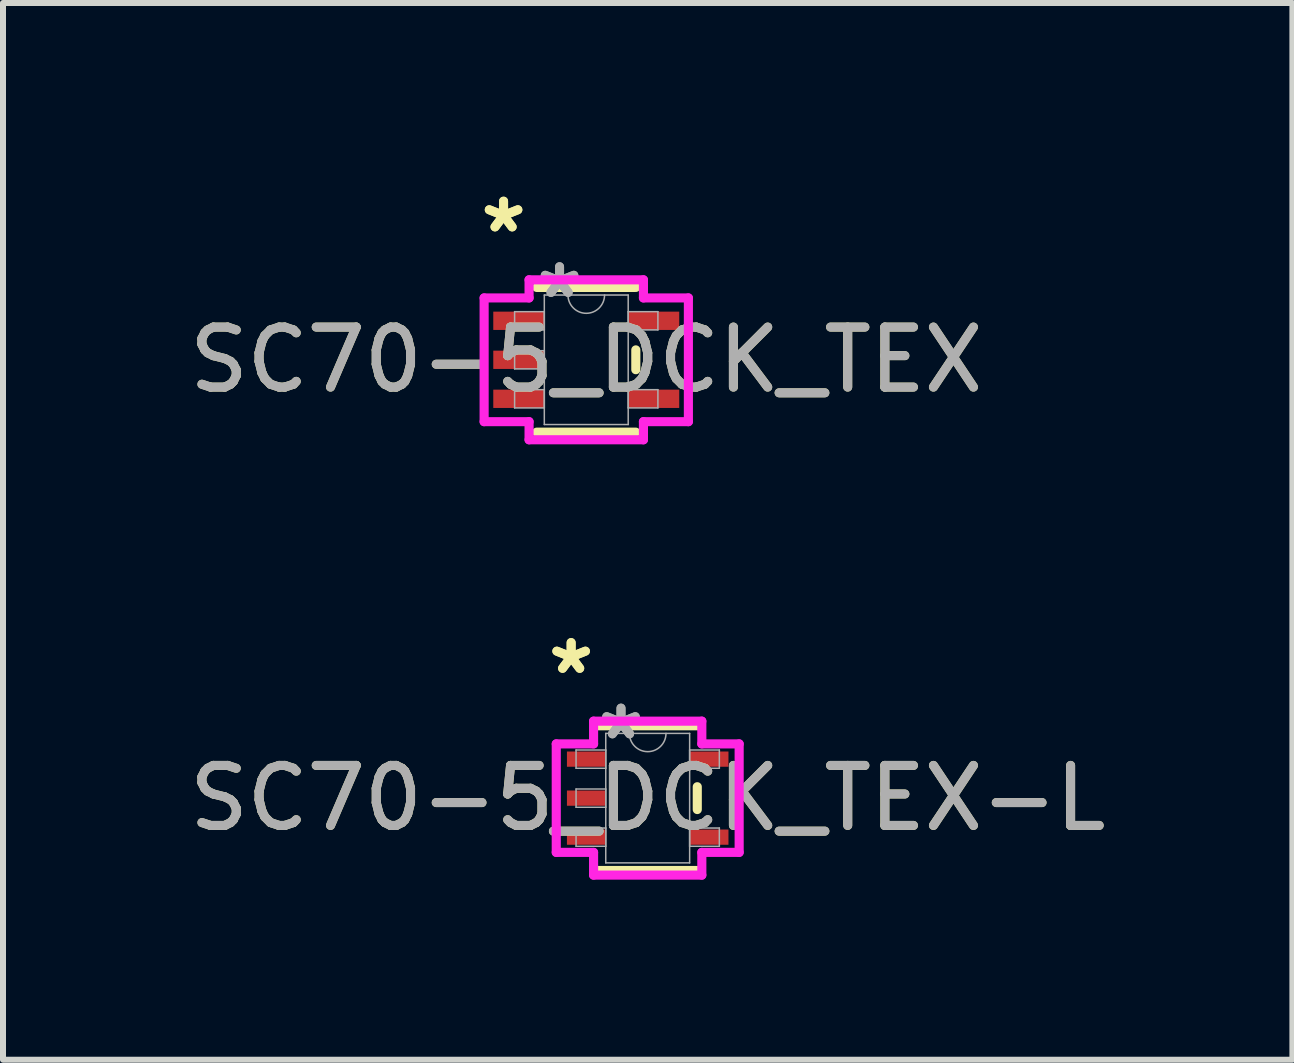
<source format=kicad_pcb>
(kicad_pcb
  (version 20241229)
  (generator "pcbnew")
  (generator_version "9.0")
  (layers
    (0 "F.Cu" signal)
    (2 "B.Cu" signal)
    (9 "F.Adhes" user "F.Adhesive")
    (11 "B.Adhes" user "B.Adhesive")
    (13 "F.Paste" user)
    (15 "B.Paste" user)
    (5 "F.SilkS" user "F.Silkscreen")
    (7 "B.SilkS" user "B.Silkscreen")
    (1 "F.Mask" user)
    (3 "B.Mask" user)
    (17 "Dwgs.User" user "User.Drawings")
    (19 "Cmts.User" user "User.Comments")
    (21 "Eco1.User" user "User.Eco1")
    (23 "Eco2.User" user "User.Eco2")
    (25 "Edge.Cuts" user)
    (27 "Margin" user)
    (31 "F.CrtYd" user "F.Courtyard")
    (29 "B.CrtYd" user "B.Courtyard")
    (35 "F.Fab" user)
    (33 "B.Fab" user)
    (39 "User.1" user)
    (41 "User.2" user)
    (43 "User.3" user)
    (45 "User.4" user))
  (footprint "SC70-5_DCK_TEX"
    (layer "F.Cu")
    (at 6.72 2.946)
    (property "Reference" "SC70-5_DCK_TEX" (at 0 0 0) (unlocked yes) (layer "F.SilkS") (effects (font (size 1 1) (thickness 0.15))))
    (attr smd)
    (fp_line (start -0.826 1.206) (end 0.826 1.206) (stroke (width 0.152) (type solid)) (layer "F.SilkS"))
    (fp_line (start 0.826 -1.206) (end -0.826 -1.206) (stroke (width 0.152) (type solid)) (layer "F.SilkS"))
    (fp_line (start 0.826 0.165) (end 0.826 -0.165) (stroke (width 0.152) (type solid)) (layer "F.SilkS"))
    (fp_line (start -1.702 -1.031) (end -0.953 -1.031) (stroke (width 0.152) (type solid)) (layer "F.CrtYd"))
    (fp_line (start -1.702 1.031) (end -1.702 -1.031) (stroke (width 0.152) (type solid)) (layer "F.CrtYd"))
    (fp_line (start -0.953 -1.333) (end 0.953 -1.333) (stroke (width 0.152) (type solid)) (layer "F.CrtYd"))
    (fp_line (start -0.953 -1.031) (end -0.953 -1.333) (stroke (width 0.152) (type solid)) (layer "F.CrtYd"))
    (fp_line (start -0.953 1.031) (end -1.702 1.031) (stroke (width 0.152) (type solid)) (layer "F.CrtYd"))
    (fp_line (start -0.953 1.333) (end -0.953 1.031) (stroke (width 0.152) (type solid)) (layer "F.CrtYd"))
    (fp_line (start 0.953 -1.333) (end 0.953 -1.031) (stroke (width 0.152) (type solid)) (layer "F.CrtYd"))
    (fp_line (start 0.953 -1.031) (end 1.702 -1.031) (stroke (width 0.152) (type solid)) (layer "F.CrtYd"))
    (fp_line (start 0.953 1.031) (end 0.953 1.333) (stroke (width 0.152) (type solid)) (layer "F.CrtYd"))
    (fp_line (start 0.953 1.333) (end -0.953 1.333) (stroke (width 0.152) (type solid)) (layer "F.CrtYd"))
    (fp_line (start 1.702 -1.031) (end 1.702 1.031) (stroke (width 0.152) (type solid)) (layer "F.CrtYd"))
    (fp_line (start 1.702 1.031) (end 0.953 1.031) (stroke (width 0.152) (type solid)) (layer "F.CrtYd"))
    (fp_line (start -1.194 -0.802) (end -1.194 -0.498) (stroke (width 0.025) (type solid)) (layer "F.Fab"))
    (fp_line (start -1.194 -0.498) (end -0.699 -0.498) (stroke (width 0.025) (type solid)) (layer "F.Fab"))
    (fp_line (start -1.194 -0.152) (end -1.194 0.152) (stroke (width 0.025) (type solid)) (layer "F.Fab"))
    (fp_line (start -1.194 0.152) (end -0.699 0.152) (stroke (width 0.025) (type solid)) (layer "F.Fab"))
    (fp_line (start -1.194 0.498) (end -1.194 0.802) (stroke (width 0.025) (type solid)) (layer "F.Fab"))
    (fp_line (start -1.194 0.802) (end -0.699 0.802) (stroke (width 0.025) (type solid)) (layer "F.Fab"))
    (fp_line (start -0.699 -1.079) (end -0.699 1.079) (stroke (width 0.025) (type solid)) (layer "F.Fab"))
    (fp_line (start -0.699 -0.802) (end -1.194 -0.802) (stroke (width 0.025) (type solid)) (layer "F.Fab"))
    (fp_line (start -0.699 -0.498) (end -0.699 -0.802) (stroke (width 0.025) (type solid)) (layer "F.Fab"))
    (fp_line (start -0.699 -0.152) (end -1.194 -0.152) (stroke (width 0.025) (type solid)) (layer "F.Fab"))
    (fp_line (start -0.699 0.152) (end -0.699 -0.152) (stroke (width 0.025) (type solid)) (layer "F.Fab"))
    (fp_line (start -0.699 0.498) (end -1.194 0.498) (stroke (width 0.025) (type solid)) (layer "F.Fab"))
    (fp_line (start -0.699 0.802) (end -0.699 0.498) (stroke (width 0.025) (type solid)) (layer "F.Fab"))
    (fp_line (start -0.699 1.079) (end 0.699 1.079) (stroke (width 0.025) (type solid)) (layer "F.Fab"))
    (fp_line (start 0.699 -1.079) (end -0.699 -1.079) (stroke (width 0.025) (type solid)) (layer "F.Fab"))
    (fp_line (start 0.699 -0.802) (end 0.699 -0.498) (stroke (width 0.025) (type solid)) (layer "F.Fab"))
    (fp_line (start 0.699 -0.498) (end 1.194 -0.498) (stroke (width 0.025) (type solid)) (layer "F.Fab"))
    (fp_line (start 0.699 0.498) (end 0.699 0.802) (stroke (width 0.025) (type solid)) (layer "F.Fab"))
    (fp_line (start 0.699 0.802) (end 1.194 0.802) (stroke (width 0.025) (type solid)) (layer "F.Fab"))
    (fp_line (start 0.699 1.079) (end 0.699 -1.079) (stroke (width 0.025) (type solid)) (layer "F.Fab"))
    (fp_line (start 1.194 -0.802) (end 0.699 -0.802) (stroke (width 0.025) (type solid)) (layer "F.Fab"))
    (fp_line (start 1.194 -0.498) (end 1.194 -0.802) (stroke (width 0.025) (type solid)) (layer "F.Fab"))
    (fp_line (start 1.194 0.498) (end 0.699 0.498) (stroke (width 0.025) (type solid)) (layer "F.Fab"))
    (fp_line (start 1.194 0.802) (end 1.194 0.498) (stroke (width 0.025) (type solid)) (layer "F.Fab"))
    (fp_arc (start 0.3048 -1.0795) (mid 0 -0.7747) (end -0.3048 -1.0795) (stroke (width 0.0254) (type solid)) (layer "F.Fab"))
    (fp_text user "*" (at -1.378 -2.098 0) (unlocked yes) (layer "F.SilkS") (effects (font (size 1 1) (thickness 0.15))))
    (fp_text user "*" (at -1.378 -2.098 0) (layer "F.SilkS") (effects (font (size 1 1) (thickness 0.15))))
    (fp_text user "${REFERENCE}" (at 0 0 0) (unlocked yes) (layer "F.Fab") (effects (font (size 1 1) (thickness 0.15))))
    (fp_text user "*" (at -0.445 -1.006 0) (unlocked yes) (layer "F.Fab") (effects (font (size 1 1) (thickness 0.15))))
    (fp_text user "*" (at -0.445 -1.006 0) (layer "F.Fab") (effects (font (size 1 1) (thickness 0.15))))
    (pad "1" smd rect (at -1.124 -0.65) (size 0.851 0.305) (layers "F.Cu" "F.Mask" "F.Paste"))
    (pad "2" smd rect (at -1.124 0) (size 0.851 0.305) (layers "F.Cu" "F.Mask" "F.Paste"))
    (pad "3" smd rect (at -1.124 0.65) (size 0.851 0.305) (layers "F.Cu" "F.Mask" "F.Paste"))
    (pad "4" smd rect (at 1.124 0.65) (size 0.851 0.305) (layers "F.Cu" "F.Mask" "F.Paste"))
    (pad "5" smd rect (at 1.124 -0.65) (size 0.851 0.305) (layers "F.Cu" "F.Mask" "F.Paste")))
  (footprint "SC70-5_DCK_TEX-L"
    (layer "F.Cu")
    (at 7.744 10.251)
    (property "Reference" "SC70-5_DCK_TEX-L" (at 0 0 0) (unlocked yes) (layer "F.SilkS") (effects (font (size 1 1) (thickness 0.15))))
    (attr smd)
    (fp_line (start -0.826 1.206) (end 0.826 1.206) (stroke (width 0.152) (type solid)) (layer "F.SilkS"))
    (fp_line (start 0.826 -1.206) (end -0.826 -1.206) (stroke (width 0.152) (type solid)) (layer "F.SilkS"))
    (fp_line (start 0.826 0.19) (end 0.826 -0.19) (stroke (width 0.152) (type solid)) (layer "F.SilkS"))
    (fp_line (start -1.524 -0.904) (end -0.902 -0.904) (stroke (width 0.152) (type solid)) (layer "F.CrtYd"))
    (fp_line (start -1.524 0.904) (end -1.524 -0.904) (stroke (width 0.152) (type solid)) (layer "F.CrtYd"))
    (fp_line (start -0.902 -1.283) (end 0.902 -1.283) (stroke (width 0.152) (type solid)) (layer "F.CrtYd"))
    (fp_line (start -0.902 -0.904) (end -0.902 -1.283) (stroke (width 0.152) (type solid)) (layer "F.CrtYd"))
    (fp_line (start -0.902 0.904) (end -1.524 0.904) (stroke (width 0.152) (type solid)) (layer "F.CrtYd"))
    (fp_line (start -0.902 1.283) (end -0.902 0.904) (stroke (width 0.152) (type solid)) (layer "F.CrtYd"))
    (fp_line (start 0.902 -1.283) (end 0.902 -0.904) (stroke (width 0.152) (type solid)) (layer "F.CrtYd"))
    (fp_line (start 0.902 -0.904) (end 1.524 -0.904) (stroke (width 0.152) (type solid)) (layer "F.CrtYd"))
    (fp_line (start 0.902 0.904) (end 0.902 1.283) (stroke (width 0.152) (type solid)) (layer "F.CrtYd"))
    (fp_line (start 0.902 1.283) (end -0.902 1.283) (stroke (width 0.152) (type solid)) (layer "F.CrtYd"))
    (fp_line (start 1.524 -0.904) (end 1.524 0.904) (stroke (width 0.152) (type solid)) (layer "F.CrtYd"))
    (fp_line (start 1.524 0.904) (end 0.902 0.904) (stroke (width 0.152) (type solid)) (layer "F.CrtYd"))
    (fp_line (start -1.194 -0.802) (end -1.194 -0.498) (stroke (width 0.025) (type solid)) (layer "F.Fab"))
    (fp_line (start -1.194 -0.498) (end -0.699 -0.498) (stroke (width 0.025) (type solid)) (layer "F.Fab"))
    (fp_line (start -1.194 -0.152) (end -1.194 0.152) (stroke (width 0.025) (type solid)) (layer "F.Fab"))
    (fp_line (start -1.194 0.152) (end -0.699 0.152) (stroke (width 0.025) (type solid)) (layer "F.Fab"))
    (fp_line (start -1.194 0.498) (end -1.194 0.802) (stroke (width 0.025) (type solid)) (layer "F.Fab"))
    (fp_line (start -1.194 0.802) (end -0.699 0.802) (stroke (width 0.025) (type solid)) (layer "F.Fab"))
    (fp_line (start -0.699 -1.079) (end -0.699 1.079) (stroke (width 0.025) (type solid)) (layer "F.Fab"))
    (fp_line (start -0.699 -0.802) (end -1.194 -0.802) (stroke (width 0.025) (type solid)) (layer "F.Fab"))
    (fp_line (start -0.699 -0.498) (end -0.699 -0.802) (stroke (width 0.025) (type solid)) (layer "F.Fab"))
    (fp_line (start -0.699 -0.152) (end -1.194 -0.152) (stroke (width 0.025) (type solid)) (layer "F.Fab"))
    (fp_line (start -0.699 0.152) (end -0.699 -0.152) (stroke (width 0.025) (type solid)) (layer "F.Fab"))
    (fp_line (start -0.699 0.498) (end -1.194 0.498) (stroke (width 0.025) (type solid)) (layer "F.Fab"))
    (fp_line (start -0.699 0.802) (end -0.699 0.498) (stroke (width 0.025) (type solid)) (layer "F.Fab"))
    (fp_line (start -0.699 1.079) (end 0.699 1.079) (stroke (width 0.025) (type solid)) (layer "F.Fab"))
    (fp_line (start 0.699 -1.079) (end -0.699 -1.079) (stroke (width 0.025) (type solid)) (layer "F.Fab"))
    (fp_line (start 0.699 -0.802) (end 0.699 -0.498) (stroke (width 0.025) (type solid)) (layer "F.Fab"))
    (fp_line (start 0.699 -0.498) (end 1.194 -0.498) (stroke (width 0.025) (type solid)) (layer "F.Fab"))
    (fp_line (start 0.699 0.498) (end 0.699 0.802) (stroke (width 0.025) (type solid)) (layer "F.Fab"))
    (fp_line (start 0.699 0.802) (end 1.194 0.802) (stroke (width 0.025) (type solid)) (layer "F.Fab"))
    (fp_line (start 0.699 1.079) (end 0.699 -1.079) (stroke (width 0.025) (type solid)) (layer "F.Fab"))
    (fp_line (start 1.194 -0.802) (end 0.699 -0.802) (stroke (width 0.025) (type solid)) (layer "F.Fab"))
    (fp_line (start 1.194 -0.498) (end 1.194 -0.802) (stroke (width 0.025) (type solid)) (layer "F.Fab"))
    (fp_line (start 1.194 0.498) (end 0.699 0.498) (stroke (width 0.025) (type solid)) (layer "F.Fab"))
    (fp_line (start 1.194 0.802) (end 1.194 0.498) (stroke (width 0.025) (type solid)) (layer "F.Fab"))
    (fp_arc (start 0.3048 -1.0795) (mid 0 -0.7747) (end -0.3048 -1.0795) (stroke (width 0.0254) (type solid)) (layer "F.Fab"))
    (fp_text user "*" (at -1.276 -2.047 0) (layer "F.SilkS") (effects (font (size 1 1) (thickness 0.15))))
    (fp_text user "*" (at -1.276 -2.047 0) (unlocked yes) (layer "F.SilkS") (effects (font (size 1 1) (thickness 0.15))))
    (fp_text user "${REFERENCE}" (at 0 0 0) (unlocked yes) (layer "F.Fab") (effects (font (size 1 1) (thickness 0.15))))
    (fp_text user "*" (at -0.445 -0.955 0) (unlocked yes) (layer "F.Fab") (effects (font (size 1 1) (thickness 0.15))))
    (fp_text user "*" (at -0.445 -0.955 0) (layer "F.Fab") (effects (font (size 1 1) (thickness 0.15))))
    (pad "1" smd rect (at -1.022 -0.65) (size 0.648 0.254) (layers "F.Cu" "F.Mask" "F.Paste"))
    (pad "2" smd rect (at -1.022 0) (size 0.648 0.254) (layers "F.Cu" "F.Mask" "F.Paste"))
    (pad "3" smd rect (at -1.022 0.65) (size 0.648 0.254) (layers "F.Cu" "F.Mask" "F.Paste"))
    (pad "4" smd rect (at 1.022 0.65) (size 0.648 0.254) (layers "F.Cu" "F.Mask" "F.Paste"))
    (pad "5" smd rect (at 1.022 -0.65) (size 0.648 0.254) (layers "F.Cu" "F.Mask" "F.Paste")))
  (gr_rect
    (start -3 -3)
    (end 18.488 14.61)
    (stroke (width 0.1) (type default))
    (fill no)
    (layer "Edge.Cuts")))
</source>
